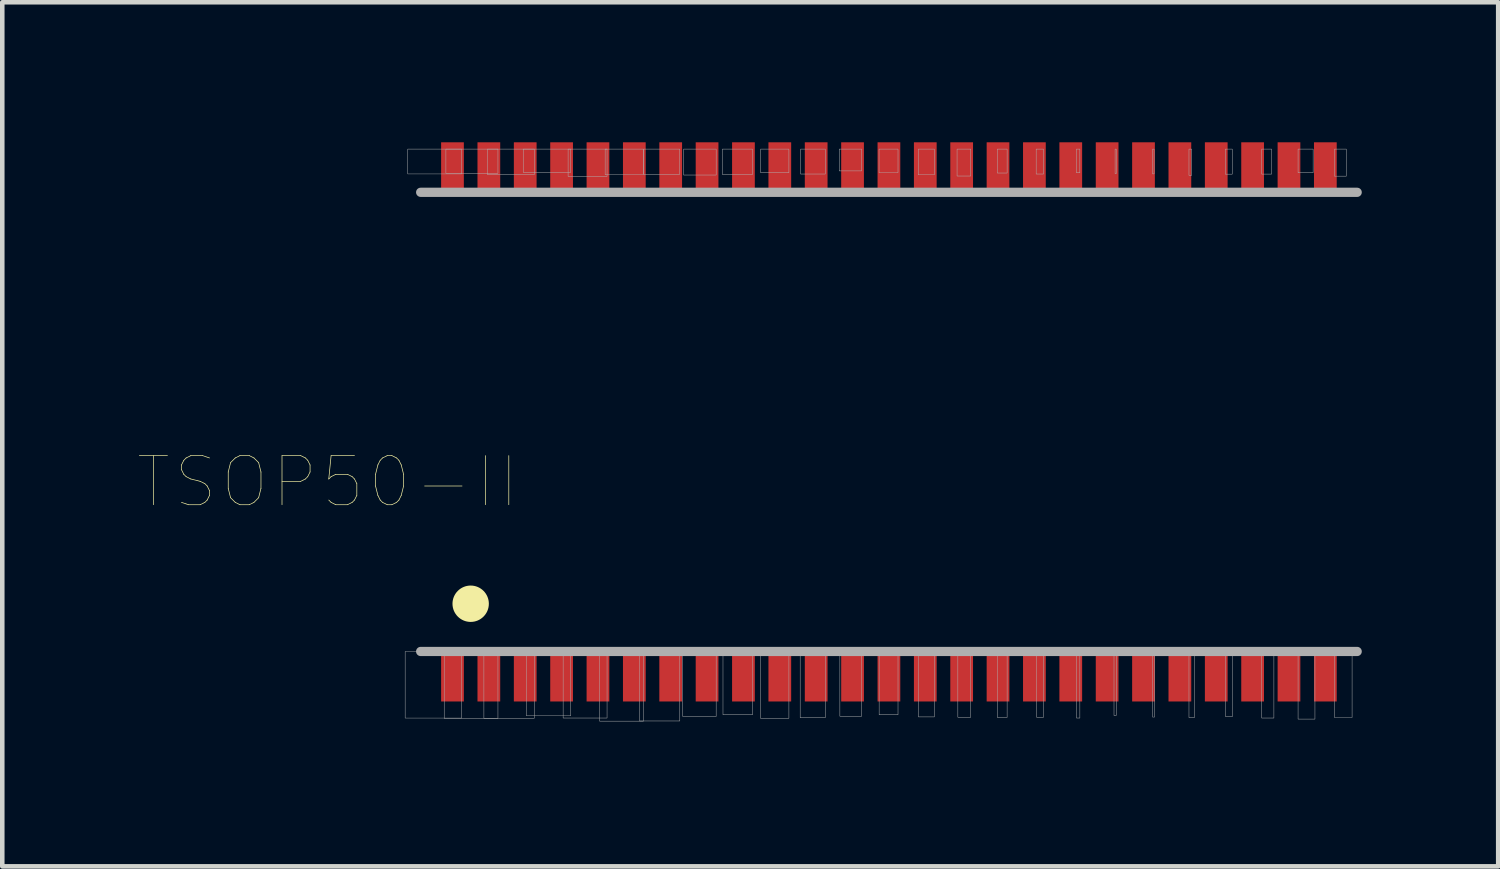
<source format=kicad_pcb>
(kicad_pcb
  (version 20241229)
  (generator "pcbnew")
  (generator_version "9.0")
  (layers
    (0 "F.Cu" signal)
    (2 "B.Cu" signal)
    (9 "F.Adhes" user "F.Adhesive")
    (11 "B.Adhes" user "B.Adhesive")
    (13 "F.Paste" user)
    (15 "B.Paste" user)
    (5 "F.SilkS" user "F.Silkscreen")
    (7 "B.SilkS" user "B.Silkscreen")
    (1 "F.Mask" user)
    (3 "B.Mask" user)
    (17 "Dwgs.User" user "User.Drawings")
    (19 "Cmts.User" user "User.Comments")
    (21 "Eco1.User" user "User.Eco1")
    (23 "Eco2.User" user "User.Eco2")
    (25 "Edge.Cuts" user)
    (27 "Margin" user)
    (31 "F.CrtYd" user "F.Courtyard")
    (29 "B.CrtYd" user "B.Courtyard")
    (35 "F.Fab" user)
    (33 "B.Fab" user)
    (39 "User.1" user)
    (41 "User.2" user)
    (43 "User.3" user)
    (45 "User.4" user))
  (footprint "TSOP50-II"
    (layer "F.Cu")
    (at 16.503 6.23)
    (property "Reference" "TSOP50-II" (at -12.347 1.323 180) (layer "F.SilkS") (effects (font (size 1.08 1.08) (thickness 0.015))))
    (attr through_hole)
    (fp_poly (pts (xy -10.838 -6.225) (xy -9.3 -6.225) (xy -9.3 -5.446) (xy -10.838 -5.446)) (stroke (width 0.01) (type solid)) (fill yes) (layer "F.Mask"))
    (fp_poly (pts (xy -10.769 4.975) (xy -9.3 4.975) (xy -9.3 6.772) (xy -10.769 6.772)) (stroke (width 0.01) (type solid)) (fill yes) (layer "F.Mask"))
    (fp_poly (pts (xy -9.851 -6.225) (xy -8.5 -6.225) (xy -8.5 -5.386) (xy -9.851 -5.386)) (stroke (width 0.01) (type solid)) (fill yes) (layer "F.Mask"))
    (fp_poly (pts (xy -9.775 4.975) (xy -8.5 4.975) (xy -8.5 6.687) (xy -9.775 6.687)) (stroke (width 0.01) (type solid)) (fill yes) (layer "F.Mask"))
    (fp_poly (pts (xy -9.001 4.975) (xy -7.7 4.975) (xy -7.7 6.751) (xy -9.001 6.751)) (stroke (width 0.01) (type solid)) (fill yes) (layer "F.Mask"))
    (fp_poly (pts (xy -9.001 -6.225) (xy -7.7 -6.225) (xy -7.7 -5.395) (xy -9.001 -5.395)) (stroke (width 0.01) (type solid)) (fill yes) (layer "F.Mask"))
    (fp_poly (pts (xy -8.116 4.975) (xy -6.9 4.975) (xy -6.9 6.736) (xy -8.116 6.736)) (stroke (width 0.01) (type solid)) (fill yes) (layer "F.Mask"))
    (fp_poly (pts (xy -8.111 -6.225) (xy -6.9 -6.225) (xy -6.9 -5.38) (xy -8.111 -5.38)) (stroke (width 0.01) (type solid)) (fill yes) (layer "F.Mask"))
    (fp_poly (pts (xy -7.277 4.975) (xy -6.1 4.975) (xy -6.1 6.761) (xy -7.277 6.761)) (stroke (width 0.01) (type solid)) (fill yes) (layer "F.Mask"))
    (fp_poly (pts (xy -7.271 -6.225) (xy -6.1 -6.225) (xy -6.1 -5.399) (xy -7.271 -5.399)) (stroke (width 0.01) (type solid)) (fill yes) (layer "F.Mask"))
    (fp_poly (pts (xy -6.402 -6.225) (xy -5.3 -6.225) (xy -5.3 -5.398) (xy -6.402 -5.398)) (stroke (width 0.01) (type solid)) (fill yes) (layer "F.Mask"))
    (fp_poly (pts (xy -6.398 4.975) (xy -5.3 4.975) (xy -5.3 6.75) (xy -6.398 6.75)) (stroke (width 0.01) (type solid)) (fill yes) (layer "F.Mask"))
    (fp_poly (pts (xy -5.525 -6.225) (xy -4.5 -6.225) (xy -4.5 -5.389) (xy -5.525 -5.389)) (stroke (width 0.01) (type solid)) (fill yes) (layer "F.Mask"))
    (fp_poly (pts (xy -5.521 4.975) (xy -4.5 4.975) (xy -4.5 6.739) (xy -5.521 6.739)) (stroke (width 0.01) (type solid)) (fill yes) (layer "F.Mask"))
    (fp_poly (pts (xy -4.644 -6.225) (xy -3.7 -6.225) (xy -3.7 -5.373) (xy -4.644 -5.373)) (stroke (width 0.01) (type solid)) (fill yes) (layer "F.Mask"))
    (fp_poly (pts (xy -4.644 4.975) (xy -3.7 4.975) (xy -3.7 6.723) (xy -4.644 6.723)) (stroke (width 0.01) (type solid)) (fill yes) (layer "F.Mask"))
    (fp_poly (pts (xy -3.8 4.975) (xy -2.9 4.975) (xy -2.9 6.758) (xy -3.8 6.758)) (stroke (width 0.01) (type solid)) (fill yes) (layer "F.Mask"))
    (fp_poly (pts (xy -3.795 -6.225) (xy -2.9 -6.225) (xy -2.9 -5.395) (xy -3.795 -5.395)) (stroke (width 0.01) (type solid)) (fill yes) (layer "F.Mask"))
    (fp_poly (pts (xy -2.932 -6.225) (xy -2.1 -6.225) (xy -2.1 -5.403) (xy -2.932 -5.403)) (stroke (width 0.01) (type solid)) (fill yes) (layer "F.Mask"))
    (fp_poly (pts (xy -2.91 4.975) (xy -2.1 4.975) (xy -2.1 6.708) (xy -2.91 6.708)) (stroke (width 0.01) (type solid)) (fill yes) (layer "F.Mask"))
    (fp_poly (pts (xy -2.064 4.975) (xy -1.3 4.975) (xy -1.3 6.763) (xy -2.064 6.763)) (stroke (width 0.01) (type solid)) (fill yes) (layer "F.Mask"))
    (fp_poly (pts (xy -2.052 -6.225) (xy -1.3 -6.225) (xy -1.3 -5.372) (xy -2.052 -5.372)) (stroke (width 0.01) (type solid)) (fill yes) (layer "F.Mask"))
    (fp_poly (pts (xy -1.186 -6.225) (xy -0.5 -6.225) (xy -0.5 -5.362) (xy -1.186 -5.362)) (stroke (width 0.01) (type solid)) (fill yes) (layer "F.Mask"))
    (fp_poly (pts (xy -1.184 4.975) (xy -0.5 4.975) (xy -0.5 6.698) (xy -1.184 6.698)) (stroke (width 0.01) (type solid)) (fill yes) (layer "F.Mask"))
    (fp_poly (pts (xy -0.323 4.975) (xy 0.3 4.975) (xy 0.3 6.696) (xy -0.323 6.696)) (stroke (width 0.01) (type solid)) (fill yes) (layer "F.Mask"))
    (fp_poly (pts (xy -0.322 -6.225) (xy 0.3 -6.225) (xy 0.3 -5.338) (xy -0.322 -5.338)) (stroke (width 0.01) (type solid)) (fill yes) (layer "F.Mask"))
    (fp_poly (pts (xy 0.541 -6.225) (xy 1.1 -6.225) (xy 1.1 -5.38) (xy 0.541 -5.38)) (stroke (width 0.01) (type solid)) (fill yes) (layer "F.Mask"))
    (fp_poly (pts (xy 0.544 4.975) (xy 1.1 4.975) (xy 1.1 6.768) (xy 0.544 6.768)) (stroke (width 0.01) (type solid)) (fill yes) (layer "F.Mask"))
    (fp_poly (pts (xy 1.409 4.975) (xy 1.9 4.975) (xy 1.9 6.747) (xy 1.409 6.747)) (stroke (width 0.01) (type solid)) (fill yes) (layer "F.Mask"))
    (fp_poly (pts (xy 1.419 -6.225) (xy 1.9 -6.225) (xy 1.9 -5.429) (xy 1.419 -5.429)) (stroke (width 0.01) (type solid)) (fill yes) (layer "F.Mask"))
    (fp_poly (pts (xy 2.257 -6.225) (xy 2.7 -6.225) (xy 2.7 -5.347) (xy 2.257 -5.347)) (stroke (width 0.01) (type solid)) (fill yes) (layer "F.Mask"))
    (fp_poly (pts (xy 2.262 4.975) (xy 2.7 4.975) (xy 2.7 6.705) (xy 2.262 6.705)) (stroke (width 0.01) (type solid)) (fill yes) (layer "F.Mask"))
    (fp_poly (pts (xy 3.114 -6.225) (xy 3.5 -6.225) (xy 3.5 -5.342) (xy 3.114 -5.342)) (stroke (width 0.01) (type solid)) (fill yes) (layer "F.Mask"))
    (fp_poly (pts (xy 3.122 4.975) (xy 3.5 4.975) (xy 3.5 6.702) (xy 3.122 6.702)) (stroke (width 0.01) (type solid)) (fill yes) (layer "F.Mask"))
    (fp_poly (pts (xy 4.008 -6.225) (xy 4.3 -6.225) (xy 4.3 -5.389) (xy 4.008 -5.389)) (stroke (width 0.01) (type solid)) (fill yes) (layer "F.Mask"))
    (fp_poly (pts (xy 4.02 4.975) (xy 4.3 4.975) (xy 4.3 6.763) (xy 4.02 6.763)) (stroke (width 0.01) (type solid)) (fill yes) (layer "F.Mask"))
    (fp_poly (pts (xy 4.879 -6.225) (xy 5.1 -6.225) (xy 5.1 -5.394) (xy 4.879 -5.394)) (stroke (width 0.01) (type solid)) (fill yes) (layer "F.Mask"))
    (fp_poly (pts (xy 4.885 4.975) (xy 5.1 4.975) (xy 5.1 6.758) (xy 4.885 6.758)) (stroke (width 0.01) (type solid)) (fill yes) (layer "F.Mask"))
    (fp_poly (pts (xy 5.62 4.975) (xy 5.9 4.975) (xy 5.9 6.601) (xy 5.62 6.601)) (stroke (width 0.01) (type solid)) (fill yes) (layer "F.Mask"))
    (fp_poly (pts (xy 5.732 -6.225) (xy 5.9 -6.225) (xy 5.9 -5.381) (xy 5.732 -5.381)) (stroke (width 0.01) (type solid)) (fill yes) (layer "F.Mask"))
    (fp_poly (pts (xy 6.612 4.975) (xy 6.7 4.975) (xy 6.7 6.748) (xy 6.612 6.748)) (stroke (width 0.01) (type solid)) (fill yes) (layer "F.Mask"))
    (fp_poly (pts (xy 6.621 -6.225) (xy 6.7 -6.225) (xy 6.7 -5.4) (xy 6.621 -5.4)) (stroke (width 0.01) (type solid)) (fill yes) (layer "F.Mask"))
    (fp_poly (pts (xy 7.412 -6.225) (xy 7.5 -6.225) (xy 7.5 -5.344) (xy 7.412 -5.344)) (stroke (width 0.01) (type solid)) (fill yes) (layer "F.Mask"))
    (fp_poly (pts (xy 7.463 4.975) (xy 7.5 4.975) (xy 7.5 6.733) (xy 7.463 6.733)) (stroke (width 0.01) (type solid)) (fill yes) (layer "F.Mask"))
    (fp_poly (pts (xy 8.267 -6.225) (xy 8.3 -6.225) (xy 8.3 -5.341) (xy 8.267 -5.341)) (stroke (width 0.01) (type solid)) (fill yes) (layer "F.Mask"))
    (fp_poly (pts (xy 8.323 4.975) (xy 8.3 4.975) (xy 8.3 6.729) (xy 8.323 6.729)) (stroke (width 0.01) (type solid)) (fill yes) (layer "F.Mask"))
    (fp_poly (pts (xy 9.189 4.975) (xy 9.1 4.975) (xy 9.1 6.729) (xy 9.189 6.729)) (stroke (width 0.01) (type solid)) (fill yes) (layer "F.Mask"))
    (fp_poly (pts (xy 9.19 -6.225) (xy 9.1 -6.225) (xy 9.1 -5.379) (xy 9.19 -5.379)) (stroke (width 0.01) (type solid)) (fill yes) (layer "F.Mask"))
    (fp_poly (pts (xy 10.072 4.975) (xy 9.9 4.975) (xy 9.9 6.742) (xy 10.072 6.742)) (stroke (width 0.01) (type solid)) (fill yes) (layer "F.Mask"))
    (fp_poly (pts (xy 10.108 -6.225) (xy 9.9 -6.225) (xy 9.9 -5.407) (xy 10.108 -5.407)) (stroke (width 0.01) (type solid)) (fill yes) (layer "F.Mask"))
    (fp_circle (center -9.2 4) (end -8.8 4) (stroke (width 0) (type solid)) (fill yes) (layer "F.SilkS"))
    (fp_poly (pts (xy -10.605 5.075) (xy -9.4 5.075) (xy -9.4 6.628) (xy -10.605 6.628)) (stroke (width 0.01) (type solid)) (fill yes) (layer "F.Paste"))
    (fp_poly (pts (xy -10.588 -6.125) (xy -9.4 -6.125) (xy -9.4 -5.483) (xy -10.588 -5.483)) (stroke (width 0.01) (type solid)) (fill yes) (layer "F.Paste"))
    (fp_poly (pts (xy -9.79 -6.125) (xy -8.6 -6.125) (xy -8.6 -5.521) (xy -9.79 -5.521)) (stroke (width 0.01) (type solid)) (fill yes) (layer "F.Paste"))
    (fp_poly (pts (xy -9.781 5.075) (xy -8.6 5.075) (xy -8.6 6.656) (xy -9.781 6.656)) (stroke (width 0.01) (type solid)) (fill yes) (layer "F.Paste"))
    (fp_poly (pts (xy -8.917 5.075) (xy -7.8 5.075) (xy -7.8 6.66) (xy -8.917 6.66)) (stroke (width 0.01) (type solid)) (fill yes) (layer "F.Paste"))
    (fp_poly (pts (xy -8.901 -6.125) (xy -7.8 -6.125) (xy -7.8 -5.509) (xy -8.901 -5.509)) (stroke (width 0.01) (type solid)) (fill yes) (layer "F.Paste"))
    (fp_poly (pts (xy -7.954 -6.125) (xy -7 -6.125) (xy -7 -5.455) (xy -7.954 -5.455)) (stroke (width 0.01) (type solid)) (fill yes) (layer "F.Paste"))
    (fp_poly (pts (xy -7.954 5.075) (xy -7 5.075) (xy -7 6.583) (xy -7.954 6.583)) (stroke (width 0.01) (type solid)) (fill yes) (layer "F.Paste"))
    (fp_poly (pts (xy -7.189 5.075) (xy -6.2 5.075) (xy -6.2 6.672) (xy -7.189 6.672)) (stroke (width 0.01) (type solid)) (fill yes) (layer "F.Paste"))
    (fp_poly (pts (xy -7.182 -6.125) (xy -6.2 -6.125) (xy -6.2 -5.523) (xy -7.182 -5.523)) (stroke (width 0.01) (type solid)) (fill yes) (layer "F.Paste"))
    (fp_poly (pts (xy -6.316 5.075) (xy -5.4 5.075) (xy -5.4 6.67) (xy -6.316 6.67)) (stroke (width 0.01) (type solid)) (fill yes) (layer "F.Paste"))
    (fp_poly (pts (xy -6.289 -6.125) (xy -5.4 -6.125) (xy -5.4 -5.503) (xy -6.289 -5.503)) (stroke (width 0.01) (type solid)) (fill yes) (layer "F.Paste"))
    (fp_poly (pts (xy -5.433 5.075) (xy -4.6 5.075) (xy -4.6 6.655) (xy -5.433 6.655)) (stroke (width 0.01) (type solid)) (fill yes) (layer "F.Paste"))
    (fp_poly (pts (xy -5.383 -6.125) (xy -4.6 -6.125) (xy -4.6 -5.463) (xy -5.383 -5.463)) (stroke (width 0.01) (type solid)) (fill yes) (layer "F.Paste"))
    (fp_poly (pts (xy -4.551 5.075) (xy -3.8 5.075) (xy -3.8 6.637) (xy -4.551 6.637)) (stroke (width 0.01) (type solid)) (fill yes) (layer "F.Paste"))
    (fp_poly (pts (xy -4.503 -6.125) (xy -3.8 -6.125) (xy -3.8 -5.442) (xy -4.503 -5.442)) (stroke (width 0.01) (type solid)) (fill yes) (layer "F.Paste"))
    (fp_poly (pts (xy -3.692 5.075) (xy -3 5.075) (xy -3 6.651) (xy -3.692 6.651)) (stroke (width 0.01) (type solid)) (fill yes) (layer "F.Paste"))
    (fp_poly (pts (xy -3.666 -6.125) (xy -3 -6.125) (xy -3 -5.472) (xy -3.666 -5.472)) (stroke (width 0.01) (type solid)) (fill yes) (layer "F.Paste"))
    (fp_poly (pts (xy -2.829 -6.125) (xy -2.2 -6.125) (xy -2.2 -5.522) (xy -2.829 -5.522)) (stroke (width 0.01) (type solid)) (fill yes) (layer "F.Paste"))
    (fp_poly (pts (xy -2.818 5.075) (xy -2.2 5.075) (xy -2.2 6.638) (xy -2.818 6.638)) (stroke (width 0.01) (type solid)) (fill yes) (layer "F.Paste"))
    (fp_poly (pts (xy -1.94 -6.125) (xy -1.4 -6.125) (xy -1.4 -5.47) (xy -1.94 -5.47)) (stroke (width 0.01) (type solid)) (fill yes) (layer "F.Paste"))
    (fp_poly (pts (xy -1.933 5.075) (xy -1.4 5.075) (xy -1.4 6.578) (xy -1.933 6.578)) (stroke (width 0.01) (type solid)) (fill yes) (layer "F.Paste"))
    (fp_poly (pts (xy -1.088 5.075) (xy -0.6 5.075) (xy -0.6 6.662) (xy -1.088 6.662)) (stroke (width 0.01) (type solid)) (fill yes) (layer "F.Paste"))
    (fp_poly (pts (xy -1.084 -6.125) (xy -0.6 -6.125) (xy -0.6 -5.5) (xy -1.084 -5.5)) (stroke (width 0.01) (type solid)) (fill yes) (layer "F.Paste"))
    (fp_poly (pts (xy -0.218 -6.125) (xy 0.2 -6.125) (xy 0.2 -5.532) (xy -0.218 -5.532)) (stroke (width 0.01) (type solid)) (fill yes) (layer "F.Paste"))
    (fp_poly (pts (xy -0.217 5.075) (xy 0.2 5.075) (xy 0.2 6.65) (xy -0.217 6.65)) (stroke (width 0.01) (type solid)) (fill yes) (layer "F.Paste"))
    (fp_poly (pts (xy 0.647 5.075) (xy 1 5.075) (xy 1 6.609) (xy 0.647 6.609)) (stroke (width 0.01) (type solid)) (fill yes) (layer "F.Paste"))
    (fp_poly (pts (xy 0.654 -6.125) (xy 1 -6.125) (xy 1 -5.536) (xy 0.654 -5.536)) (stroke (width 0.01) (type solid)) (fill yes) (layer "F.Paste"))
    (fp_poly (pts (xy 1.512 5.075) (xy 1.8 5.075) (xy 1.8 6.614) (xy 1.512 6.614)) (stroke (width 0.01) (type solid)) (fill yes) (layer "F.Paste"))
    (fp_poly (pts (xy 1.512 -6.125) (xy 1.8 -6.125) (xy 1.8 -5.482) (xy 1.512 -5.482)) (stroke (width 0.01) (type solid)) (fill yes) (layer "F.Paste"))
    (fp_poly (pts (xy 2.364 -6.125) (xy 2.6 -6.125) (xy 2.6 -5.455) (xy 2.364 -5.455)) (stroke (width 0.01) (type solid)) (fill yes) (layer "F.Paste"))
    (fp_poly (pts (xy 2.383 5.075) (xy 2.6 5.075) (xy 2.6 6.634) (xy 2.383 6.634)) (stroke (width 0.01) (type solid)) (fill yes) (layer "F.Paste"))
    (fp_poly (pts (xy 3.227 -6.125) (xy 3.4 -6.125) (xy 3.4 -5.46) (xy 3.227 -5.46)) (stroke (width 0.01) (type solid)) (fill yes) (layer "F.Paste"))
    (fp_poly (pts (xy 3.26 5.075) (xy 3.4 5.075) (xy 3.4 6.656) (xy 3.26 6.656)) (stroke (width 0.01) (type solid)) (fill yes) (layer "F.Paste"))
    (fp_poly (pts (xy 4.133 -6.125) (xy 4.2 -6.125) (xy 4.2 -5.52) (xy 4.133 -5.52)) (stroke (width 0.01) (type solid)) (fill yes) (layer "F.Paste"))
    (fp_poly (pts (xy 4.14 5.075) (xy 4.2 5.075) (xy 4.2 6.673) (xy 4.14 6.673)) (stroke (width 0.01) (type solid)) (fill yes) (layer "F.Paste"))
    (fp_poly (pts (xy 4.965 -6.125) (xy 5 -6.125) (xy 5 -5.478) (xy 4.965 -5.478)) (stroke (width 0.01) (type solid)) (fill yes) (layer "F.Paste"))
    (fp_poly (pts (xy 4.98 5.075) (xy 5 5.075) (xy 5 6.631) (xy 4.98 6.631)) (stroke (width 0.01) (type solid)) (fill yes) (layer "F.Paste"))
    (fp_poly (pts (xy 5.844 -6.125) (xy 5.8 -6.125) (xy 5.8 -5.493) (xy 5.844 -5.493)) (stroke (width 0.01) (type solid)) (fill yes) (layer "F.Paste"))
    (fp_poly (pts (xy 5.851 5.075) (xy 5.8 5.075) (xy 5.8 6.636) (xy 5.851 6.636)) (stroke (width 0.01) (type solid)) (fill yes) (layer "F.Paste"))
    (fp_poly (pts (xy 6.711 -6.125) (xy 6.6 -6.125) (xy 6.6 -5.493) (xy 6.711 -5.493)) (stroke (width 0.01) (type solid)) (fill yes) (layer "F.Paste"))
    (fp_poly (pts (xy 6.759 5.075) (xy 6.6 5.075) (xy 6.6 6.677) (xy 6.759 6.677)) (stroke (width 0.01) (type solid)) (fill yes) (layer "F.Paste"))
    (fp_poly (pts (xy 7.49 5.075) (xy 7.4 5.075) (xy 7.4 6.553) (xy 7.49 6.553)) (stroke (width 0.01) (type solid)) (fill yes) (layer "F.Paste"))
    (fp_poly (pts (xy 7.566 -6.125) (xy 7.4 -6.125) (xy 7.4 -5.485) (xy 7.566 -5.485)) (stroke (width 0.01) (type solid)) (fill yes) (layer "F.Paste"))
    (fp_poly (pts (xy 8.446 -6.125) (xy 8.2 -6.125) (xy 8.2 -5.495) (xy 8.446 -5.495)) (stroke (width 0.01) (type solid)) (fill yes) (layer "F.Paste"))
    (fp_poly (pts (xy 8.455 5.075) (xy 8.2 5.075) (xy 8.2 6.639) (xy 8.455 6.639)) (stroke (width 0.01) (type solid)) (fill yes) (layer "F.Paste"))
    (fp_poly (pts (xy 9.251 5.075) (xy 9 5.075) (xy 9 6.589) (xy 9.251 6.589)) (stroke (width 0.01) (type solid)) (fill yes) (layer "F.Paste"))
    (fp_poly (pts (xy 9.306 -6.125) (xy 9 -6.125) (xy 9 -5.492) (xy 9.306 -5.492)) (stroke (width 0.01) (type solid)) (fill yes) (layer "F.Paste"))
    (fp_poly (pts (xy 10.194 5.075) (xy 9.8 5.075) (xy 9.8 6.643) (xy 10.194 6.643)) (stroke (width 0.01) (type solid)) (fill yes) (layer "F.Paste"))
    (fp_poly (pts (xy 10.233 -6.125) (xy 9.8 -6.125) (xy 9.8 -5.525) (xy 10.233 -5.525)) (stroke (width 0.01) (type solid)) (fill yes) (layer "F.Paste"))
    (fp_line (start -10.3 -5.05) (end 10.3 -5.05) (stroke (width 0.203) (type solid)) (layer "F.Fab"))
    (fp_line (start 10.3 5.05) (end -10.3 5.05) (stroke (width 0.203) (type solid)) (layer "F.Fab"))
    (fp_poly (pts (xy -10.641 5.05) (xy -9.4 5.05) (xy -9.4 6.515) (xy -10.641 6.515)) (stroke (width 0.01) (type solid)) (fill no) (layer "F.Fab"))
    (fp_poly (pts (xy -10.584 -6) (xy -9.4 -6) (xy -9.4 -5.454) (xy -10.584 -5.454)) (stroke (width 0.01) (type solid)) (fill no) (layer "F.Fab"))
    (fp_poly (pts (xy -9.782 5.05) (xy -8.6 5.05) (xy -8.6 6.521) (xy -9.782 6.521)) (stroke (width 0.01) (type solid)) (fill no) (layer "F.Fab"))
    (fp_poly (pts (xy -9.745 -6) (xy -8.6 -6) (xy -8.6 -5.468) (xy -9.745 -5.468)) (stroke (width 0.01) (type solid)) (fill no) (layer "F.Fab"))
    (fp_poly (pts (xy -8.909 5.05) (xy -7.8 5.05) (xy -7.8 6.519) (xy -8.909 6.519)) (stroke (width 0.01) (type solid)) (fill no) (layer "F.Fab"))
    (fp_poly (pts (xy -8.831 -6) (xy -7.8 -6) (xy -7.8 -5.439) (xy -8.831 -5.439)) (stroke (width 0.01) (type solid)) (fill no) (layer "F.Fab"))
    (fp_poly (pts (xy -8.044 -6) (xy -7 -6) (xy -7 -5.489) (xy -8.044 -5.489)) (stroke (width 0.01) (type solid)) (fill no) (layer "F.Fab"))
    (fp_poly (pts (xy -7.974 5.05) (xy -7 5.05) (xy -7 6.465) (xy -7.974 6.465)) (stroke (width 0.01) (type solid)) (fill no) (layer "F.Fab"))
    (fp_poly (pts (xy -7.166 5.05) (xy -6.2 5.05) (xy -6.2 6.514) (xy -7.166 6.514)) (stroke (width 0.01) (type solid)) (fill no) (layer "F.Fab"))
    (fp_poly (pts (xy -7.057 -6) (xy -6.2 -6) (xy -6.2 -5.4) (xy -7.057 -5.4)) (stroke (width 0.01) (type solid)) (fill no) (layer "F.Fab"))
    (fp_poly (pts (xy -6.364 5.05) (xy -5.4 5.05) (xy -5.4 6.583) (xy -6.364 6.583)) (stroke (width 0.01) (type solid)) (fill no) (layer "F.Fab"))
    (fp_poly (pts (xy -6.242 -6) (xy -5.4 -6) (xy -5.4 -5.435) (xy -6.242 -5.435)) (stroke (width 0.01) (type solid)) (fill no) (layer "F.Fab"))
    (fp_poly (pts (xy -5.483 5.05) (xy -4.6 5.05) (xy -4.6 6.579) (xy -5.483 6.579)) (stroke (width 0.01) (type solid)) (fill no) (layer "F.Fab"))
    (fp_poly (pts (xy -5.393 -6) (xy -4.6 -6) (xy -4.6 -5.447) (xy -5.393 -5.447)) (stroke (width 0.01) (type solid)) (fill no) (layer "F.Fab"))
    (fp_poly (pts (xy -4.536 5.05) (xy -3.8 5.05) (xy -3.8 6.48) (xy -4.536 6.48)) (stroke (width 0.01) (type solid)) (fill no) (layer "F.Fab"))
    (fp_poly (pts (xy -4.516 -6) (xy -3.8 -6) (xy -3.8 -5.43) (xy -4.516 -5.43)) (stroke (width 0.01) (type solid)) (fill no) (layer "F.Fab"))
    (fp_poly (pts (xy -3.664 -6) (xy -3 -6) (xy -3 -5.442) (xy -3.664 -5.442)) (stroke (width 0.01) (type solid)) (fill no) (layer "F.Fab"))
    (fp_poly (pts (xy -3.65 5.05) (xy -3 5.05) (xy -3 6.442) (xy -3.65 6.442)) (stroke (width 0.01) (type solid)) (fill no) (layer "F.Fab"))
    (fp_poly (pts (xy -2.825 5.05) (xy -2.2 5.05) (xy -2.2 6.52) (xy -2.825 6.52)) (stroke (width 0.01) (type solid)) (fill no) (layer "F.Fab"))
    (fp_poly (pts (xy -2.822 -6) (xy -2.2 -6) (xy -2.2 -5.481) (xy -2.822 -5.481)) (stroke (width 0.01) (type solid)) (fill no) (layer "F.Fab"))
    (fp_poly (pts (xy -1.952 5.05) (xy -1.4 5.05) (xy -1.4 6.507) (xy -1.952 6.507)) (stroke (width 0.01) (type solid)) (fill no) (layer "F.Fab"))
    (fp_poly (pts (xy -1.943 -6) (xy -1.4 -6) (xy -1.4 -5.452) (xy -1.943 -5.452)) (stroke (width 0.01) (type solid)) (fill no) (layer "F.Fab"))
    (fp_poly (pts (xy -1.093 -6) (xy -0.6 -6) (xy -0.6 -5.521) (xy -1.093 -5.521)) (stroke (width 0.01) (type solid)) (fill no) (layer "F.Fab"))
    (fp_poly (pts (xy -1.079 5.05) (xy -0.6 5.05) (xy -0.6 6.475) (xy -1.079 6.475)) (stroke (width 0.01) (type solid)) (fill no) (layer "F.Fab"))
    (fp_poly (pts (xy -0.217 -6) (xy 0.2 -6) (xy 0.2 -5.482) (xy -0.217 -5.482)) (stroke (width 0.01) (type solid)) (fill no) (layer "F.Fab"))
    (fp_poly (pts (xy -0.215 5.05) (xy 0.2 5.05) (xy 0.2 6.442) (xy -0.215 6.442)) (stroke (width 0.01) (type solid)) (fill no) (layer "F.Fab"))
    (fp_poly (pts (xy 0.646 -6) (xy 1 -6) (xy 1 -5.435) (xy 0.646 -5.435)) (stroke (width 0.01) (type solid)) (fill no) (layer "F.Fab"))
    (fp_poly (pts (xy 0.649 5.05) (xy 1 5.05) (xy 1 6.489) (xy 0.649 6.489)) (stroke (width 0.01) (type solid)) (fill no) (layer "F.Fab"))
    (fp_poly (pts (xy 1.499 -6) (xy 1.8 -6) (xy 1.8 -5.408) (xy 1.499 -5.408)) (stroke (width 0.01) (type solid)) (fill no) (layer "F.Fab"))
    (fp_poly (pts (xy 1.516 5.05) (xy 1.8 5.05) (xy 1.8 6.497) (xy 1.516 6.497)) (stroke (width 0.01) (type solid)) (fill no) (layer "F.Fab"))
    (fp_poly (pts (xy 2.384 5.05) (xy 2.6 5.05) (xy 2.6 6.501) (xy 2.384 6.501)) (stroke (width 0.01) (type solid)) (fill no) (layer "F.Fab"))
    (fp_poly (pts (xy 2.384 -6) (xy 2.6 -6) (xy 2.6 -5.474) (xy 2.384 -5.474)) (stroke (width 0.01) (type solid)) (fill no) (layer "F.Fab"))
    (fp_poly (pts (xy 3.239 -6) (xy 3.4 -6) (xy 3.4 -5.452) (xy 3.239 -5.452)) (stroke (width 0.01) (type solid)) (fill no) (layer "F.Fab"))
    (fp_poly (pts (xy 3.25 5.05) (xy 3.4 5.05) (xy 3.4 6.499) (xy 3.25 6.499)) (stroke (width 0.01) (type solid)) (fill no) (layer "F.Fab"))
    (fp_poly (pts (xy 4.124 -6) (xy 4.2 -6) (xy 4.2 -5.48) (xy 4.124 -5.48)) (stroke (width 0.01) (type solid)) (fill no) (layer "F.Fab"))
    (fp_poly (pts (xy 4.126 5.05) (xy 4.2 5.05) (xy 4.2 6.514) (xy 4.126 6.514)) (stroke (width 0.01) (type solid)) (fill no) (layer "F.Fab"))
    (fp_poly (pts (xy 4.951 5.05) (xy 5 5.05) (xy 5 6.458) (xy 4.951 6.458)) (stroke (width 0.01) (type solid)) (fill no) (layer "F.Fab"))
    (fp_poly (pts (xy 4.975 -6) (xy 5 -6) (xy 5 -5.461) (xy 4.975 -5.461)) (stroke (width 0.01) (type solid)) (fill no) (layer "F.Fab"))
    (fp_poly (pts (xy 5.833 -6) (xy 5.8 -6) (xy 5.8 -5.455) (xy 5.833 -5.455)) (stroke (width 0.01) (type solid)) (fill no) (layer "F.Fab"))
    (fp_poly (pts (xy 5.843 5.05) (xy 5.8 5.05) (xy 5.8 6.493) (xy 5.843 6.493)) (stroke (width 0.01) (type solid)) (fill no) (layer "F.Fab"))
    (fp_poly (pts (xy 6.658 -6) (xy 6.6 -6) (xy 6.6 -5.423) (xy 6.658 -5.423)) (stroke (width 0.01) (type solid)) (fill no) (layer "F.Fab"))
    (fp_poly (pts (xy 6.721 5.05) (xy 6.6 5.05) (xy 6.6 6.504) (xy 6.721 6.504)) (stroke (width 0.01) (type solid)) (fill no) (layer "F.Fab"))
    (fp_poly (pts (xy 7.552 -6) (xy 7.4 -6) (xy 7.4 -5.449) (xy 7.552 -5.449)) (stroke (width 0.01) (type solid)) (fill no) (layer "F.Fab"))
    (fp_poly (pts (xy 7.559 5.05) (xy 7.4 5.05) (xy 7.4 6.479) (xy 7.559 6.479)) (stroke (width 0.01) (type solid)) (fill no) (layer "F.Fab"))
    (fp_poly (pts (xy 8.417 -6) (xy 8.2 -6) (xy 8.2 -5.45) (xy 8.417 -5.45)) (stroke (width 0.01) (type solid)) (fill no) (layer "F.Fab"))
    (fp_poly (pts (xy 8.468 5.05) (xy 8.2 5.05) (xy 8.2 6.514) (xy 8.468 6.514)) (stroke (width 0.01) (type solid)) (fill no) (layer "F.Fab"))
    (fp_poly (pts (xy 9.331 -6) (xy 9 -6) (xy 9 -5.48) (xy 9.331 -5.48)) (stroke (width 0.01) (type solid)) (fill no) (layer "F.Fab"))
    (fp_poly (pts (xy 9.371 5.05) (xy 9 5.05) (xy 9 6.538) (xy 9.371 6.538)) (stroke (width 0.01) (type solid)) (fill no) (layer "F.Fab"))
    (fp_poly (pts (xy 10.061 -6) (xy 9.8 -6) (xy 9.8 -5.405) (xy 10.061 -5.405)) (stroke (width 0.01) (type solid)) (fill no) (layer "F.Fab"))
    (fp_poly (pts (xy 10.188 5.05) (xy 9.8 5.05) (xy 9.8 6.503) (xy 10.188 6.503)) (stroke (width 0.01) (type solid)) (fill no) (layer "F.Fab"))
    (pad "1" smd rect (at -9.6 5.6) (size 0.5 1.1) (layers "F.Cu"))
    (pad "2" smd rect (at -8.8 5.6) (size 0.5 1.1) (layers "F.Cu"))
    (pad "3" smd rect (at -8 5.6) (size 0.5 1.1) (layers "F.Cu"))
    (pad "4" smd rect (at -7.2 5.6) (size 0.5 1.1) (layers "F.Cu"))
    (pad "5" smd rect (at -6.4 5.6) (size 0.5 1.1) (layers "F.Cu"))
    (pad "6" smd rect (at -5.6 5.6) (size 0.5 1.1) (layers "F.Cu"))
    (pad "7" smd rect (at -4.8 5.6) (size 0.5 1.1) (layers "F.Cu"))
    (pad "8" smd rect (at -4 5.6) (size 0.5 1.1) (layers "F.Cu"))
    (pad "9" smd rect (at -3.2 5.6) (size 0.5 1.1) (layers "F.Cu"))
    (pad "10" smd rect (at -2.4 5.6) (size 0.5 1.1) (layers "F.Cu"))
    (pad "11" smd rect (at -1.6 5.6) (size 0.5 1.1) (layers "F.Cu"))
    (pad "12" smd rect (at -0.8 5.6) (size 0.5 1.1) (layers "F.Cu"))
    (pad "13" smd rect (at 0 5.6) (size 0.5 1.1) (layers "F.Cu"))
    (pad "14" smd rect (at 0.8 5.6) (size 0.5 1.1) (layers "F.Cu"))
    (pad "15" smd rect (at 1.6 5.6) (size 0.5 1.1) (layers "F.Cu"))
    (pad "16" smd rect (at 2.4 5.6) (size 0.5 1.1) (layers "F.Cu"))
    (pad "17" smd rect (at 3.2 5.6) (size 0.5 1.1) (layers "F.Cu"))
    (pad "18" smd rect (at 4 5.6) (size 0.5 1.1) (layers "F.Cu"))
    (pad "19" smd rect (at 4.8 5.6) (size 0.5 1.1) (layers "F.Cu"))
    (pad "20" smd rect (at 5.6 5.6) (size 0.5 1.1) (layers "F.Cu"))
    (pad "21" smd rect (at 6.4 5.6) (size 0.5 1.1) (layers "F.Cu"))
    (pad "22" smd rect (at 7.2 5.6) (size 0.5 1.1) (layers "F.Cu"))
    (pad "23" smd rect (at 8 5.6) (size 0.5 1.1) (layers "F.Cu"))
    (pad "24" smd rect (at 8.8 5.6) (size 0.5 1.1) (layers "F.Cu"))
    (pad "25" smd rect (at 9.6 5.6) (size 0.5 1.1) (layers "F.Cu"))
    (pad "26" smd rect (at 9.6 -5.6) (size 0.5 1.1) (layers "F.Cu"))
    (pad "27" smd rect (at 8.8 -5.6) (size 0.5 1.1) (layers "F.Cu"))
    (pad "28" smd rect (at 8 -5.6) (size 0.5 1.1) (layers "F.Cu"))
    (pad "29" smd rect (at 7.2 -5.6) (size 0.5 1.1) (layers "F.Cu"))
    (pad "30" smd rect (at 6.4 -5.6) (size 0.5 1.1) (layers "F.Cu"))
    (pad "31" smd rect (at 5.6 -5.6) (size 0.5 1.1) (layers "F.Cu"))
    (pad "32" smd rect (at 4.8 -5.6) (size 0.5 1.1) (layers "F.Cu"))
    (pad "33" smd rect (at 4 -5.6) (size 0.5 1.1) (layers "F.Cu"))
    (pad "34" smd rect (at 3.2 -5.6) (size 0.5 1.1) (layers "F.Cu"))
    (pad "35" smd rect (at 2.4 -5.6) (size 0.5 1.1) (layers "F.Cu"))
    (pad "36" smd rect (at 1.6 -5.6) (size 0.5 1.1) (layers "F.Cu"))
    (pad "37" smd rect (at 0.8 -5.6) (size 0.5 1.1) (layers "F.Cu"))
    (pad "38" smd rect (at 0 -5.6) (size 0.5 1.1) (layers "F.Cu"))
    (pad "39" smd rect (at -0.8 -5.6) (size 0.5 1.1) (layers "F.Cu"))
    (pad "40" smd rect (at -1.6 -5.6) (size 0.5 1.1) (layers "F.Cu"))
    (pad "41" smd rect (at -2.4 -5.6) (size 0.5 1.1) (layers "F.Cu"))
    (pad "42" smd rect (at -3.2 -5.6) (size 0.5 1.1) (layers "F.Cu"))
    (pad "43" smd rect (at -4 -5.6) (size 0.5 1.1) (layers "F.Cu"))
    (pad "44" smd rect (at -4.8 -5.6) (size 0.5 1.1) (layers "F.Cu"))
    (pad "45" smd rect (at -5.6 -5.6) (size 0.5 1.1) (layers "F.Cu"))
    (pad "46" smd rect (at -6.4 -5.6) (size 0.5 1.1) (layers "F.Cu"))
    (pad "47" smd rect (at -7.2 -5.6) (size 0.5 1.1) (layers "F.Cu"))
    (pad "48" smd rect (at -8 -5.6) (size 0.5 1.1) (layers "F.Cu"))
    (pad "49" smd rect (at -8.8 -5.6) (size 0.5 1.1) (layers "F.Cu"))
    (pad "50" smd rect (at -9.6 -5.6) (size 0.5 1.1) (layers "F.Cu")))
  (gr_rect
    (start -3 -3)
    (end 29.905 16.007)
    (stroke (width 0.1) (type default))
    (fill no)
    (layer "Edge.Cuts")))
</source>
